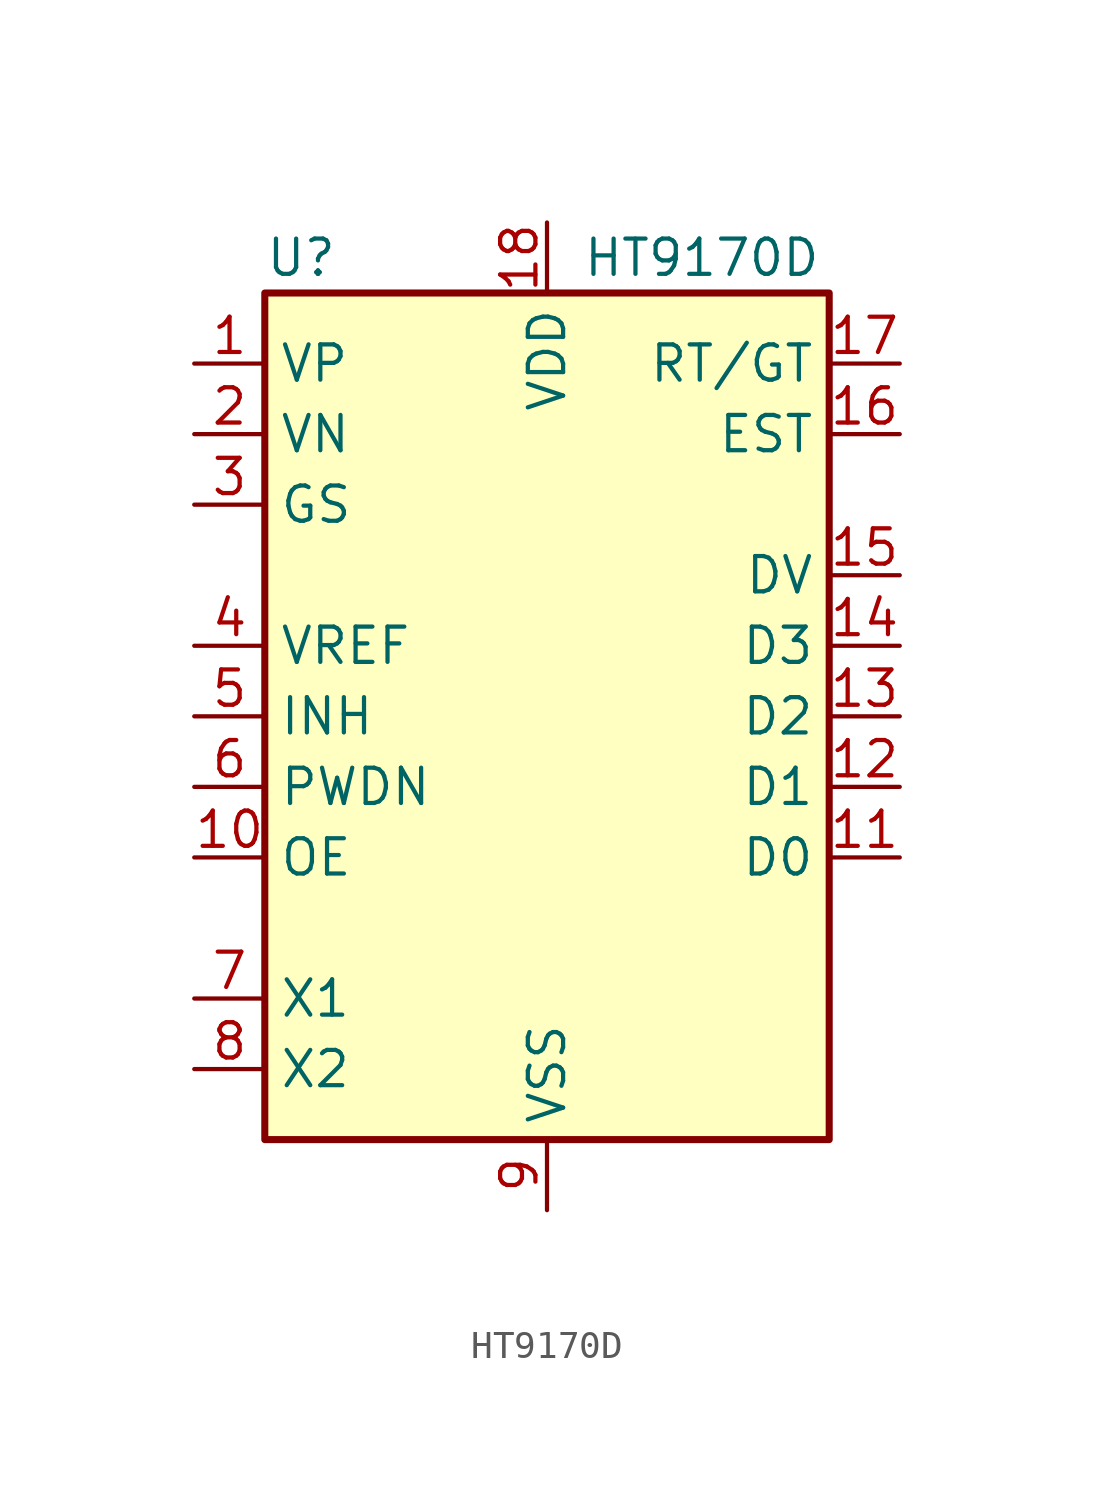
<source format=kicad_sym>
(kicad_symbol_lib
  (version 20231120)
  (generator "kicad_symbol_editor")
  (generator_version "8.0")
  (symbol "HT9170D"
    (property "Reference" "U"
      (at -10.16 16.51 0)
      (effects (font (size 1.27 1.27)) (justify left)))
    (property "Value" "HT9170D"
      (at 1.27 16.51 0)
      (effects (font (size 1.27 1.27)) (justify left)))
    (symbol "HT9170D_0_1"
      (rectangle (start -10.16 15.24) (end 10.16 -15.24) (stroke (width 0.254) (type default)) (fill (type background))))
    (symbol "HT9170D_1_1"
      (pin input line (at -12.7 12.7 0) (length 2.54) (name "VP" (effects (font (size 1.27 1.27)))) (number "1" (effects (font (size 1.27 1.27)))))
      (pin input line (at -12.7 -5.08 0) (length 2.54) (name "OE" (effects (font (size 1.27 1.27)))) (number "10" (effects (font (size 1.27 1.27)))))
      (pin tri_state line (at 12.7 -5.08 180) (length 2.54) (name "D0" (effects (font (size 1.27 1.27)))) (number "11" (effects (font (size 1.27 1.27)))))
      (pin tri_state line (at 12.7 -2.54 180) (length 2.54) (name "D1" (effects (font (size 1.27 1.27)))) (number "12" (effects (font (size 1.27 1.27)))))
      (pin tri_state line (at 12.7 0 180) (length 2.54) (name "D2" (effects (font (size 1.27 1.27)))) (number "13" (effects (font (size 1.27 1.27)))))
      (pin tri_state line (at 12.7 2.54 180) (length 2.54) (name "D3" (effects (font (size 1.27 1.27)))) (number "14" (effects (font (size 1.27 1.27)))))
      (pin output line (at 12.7 5.08 180) (length 2.54) (name "DV" (effects (font (size 1.27 1.27)))) (number "15" (effects (font (size 1.27 1.27)))))
      (pin output line (at 12.7 10.16 180) (length 2.54) (name "EST" (effects (font (size 1.27 1.27)))) (number "16" (effects (font (size 1.27 1.27)))))
      (pin bidirectional line (at 12.7 12.7 180) (length 2.54) (name "RT/GT" (effects (font (size 1.27 1.27)))) (number "17" (effects (font (size 1.27 1.27)))))
      (pin power_in line (at 0 17.78 270) (length 2.54) (name "VDD" (effects (font (size 1.27 1.27)))) (number "18" (effects (font (size 1.27 1.27)))))
      (pin input line (at -12.7 10.16 0) (length 2.54) (name "VN" (effects (font (size 1.27 1.27)))) (number "2" (effects (font (size 1.27 1.27)))))
      (pin output line (at -12.7 7.62 0) (length 2.54) (name "GS" (effects (font (size 1.27 1.27)))) (number "3" (effects (font (size 1.27 1.27)))))
      (pin power_out line (at -12.7 2.54 0) (length 2.54) (name "VREF" (effects (font (size 1.27 1.27)))) (number "4" (effects (font (size 1.27 1.27)))))
      (pin input line (at -12.7 0 0) (length 2.54) (name "INH" (effects (font (size 1.27 1.27)))) (number "5" (effects (font (size 1.27 1.27)))))
      (pin input line (at -12.7 -2.54 0) (length 2.54) (name "PWDN" (effects (font (size 1.27 1.27)))) (number "6" (effects (font (size 1.27 1.27)))))
      (pin input line (at -12.7 -10.16 0) (length 2.54) (name "X1" (effects (font (size 1.27 1.27)))) (number "7" (effects (font (size 1.27 1.27)))))
      (pin output line (at -12.7 -12.7 0) (length 2.54) (name "X2" (effects (font (size 1.27 1.27)))) (number "8" (effects (font (size 1.27 1.27)))))
      (pin power_in line (at 0 -17.78 90) (length 2.54) (name "VSS" (effects (font (size 1.27 1.27)))) (number "9" (effects (font (size 1.27 1.27))))))))
</source>
